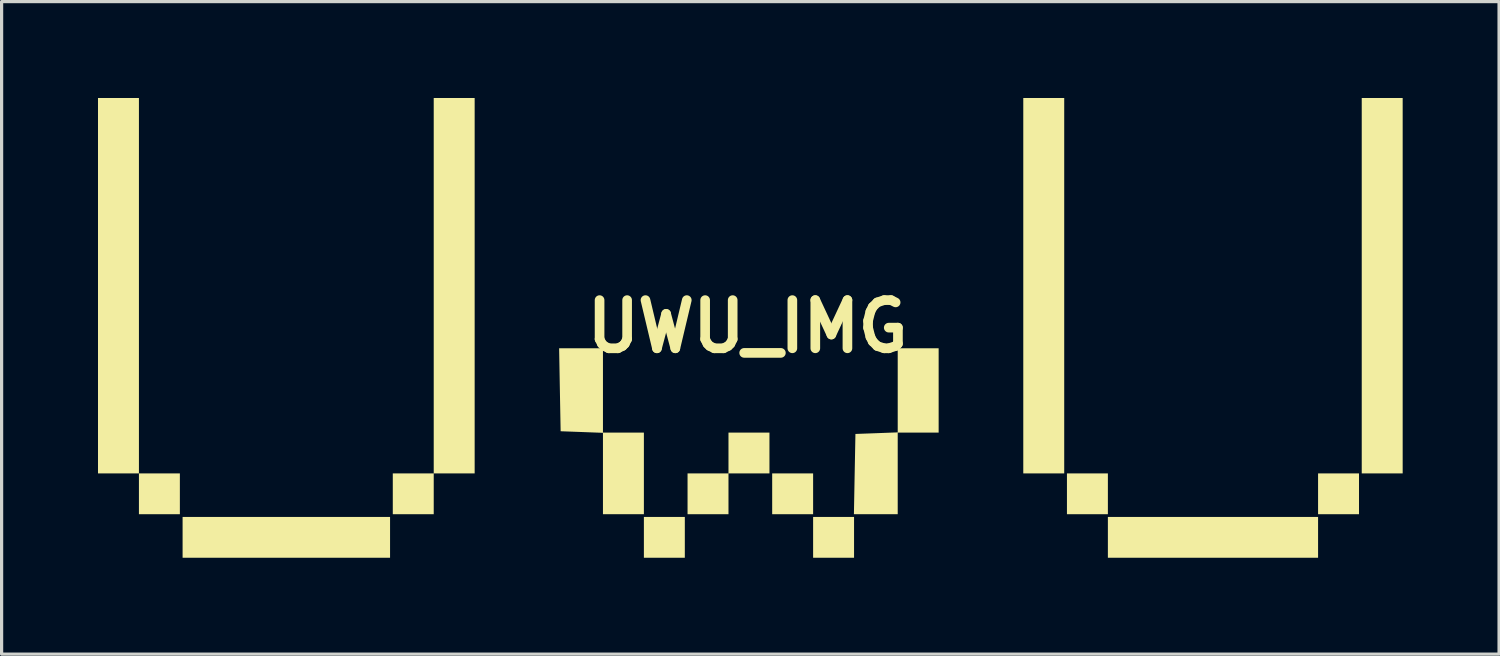
<source format=kicad_pcb>
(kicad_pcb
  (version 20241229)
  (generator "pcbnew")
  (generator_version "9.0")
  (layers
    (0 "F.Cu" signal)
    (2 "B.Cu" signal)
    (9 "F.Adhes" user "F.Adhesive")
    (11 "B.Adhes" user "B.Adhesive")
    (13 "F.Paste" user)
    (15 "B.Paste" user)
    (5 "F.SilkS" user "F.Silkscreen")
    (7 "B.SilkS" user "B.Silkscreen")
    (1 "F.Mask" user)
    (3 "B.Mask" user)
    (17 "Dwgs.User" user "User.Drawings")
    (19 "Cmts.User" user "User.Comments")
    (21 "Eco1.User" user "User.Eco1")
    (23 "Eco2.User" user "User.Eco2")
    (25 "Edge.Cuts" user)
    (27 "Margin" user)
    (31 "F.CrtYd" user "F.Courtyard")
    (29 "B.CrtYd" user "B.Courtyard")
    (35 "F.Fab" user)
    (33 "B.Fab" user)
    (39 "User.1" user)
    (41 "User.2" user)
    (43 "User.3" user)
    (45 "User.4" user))
  (footprint "UWU_IMG"
    (layer "F.Cu")
    (at 20.218 7.112)
    (property "Reference" "UWU_IMG" (at 0 0 0) (layer "F.SilkS") (effects (font (size 1.5 1.5) (thickness 0.3))))
    (attr board_only exclude_from_pos_files exclude_from_bom)
    (fp_poly (pts (xy -18.944 -1.27) (xy -18.944 4.572) (xy -19.581 4.572) (xy -20.218 4.572) (xy -20.218 -1.27) (xy -20.218 -7.112) (xy -19.581 -7.112) (xy -18.944 -7.112)) (stroke (width 0) (type solid)) (fill yes) (layer "F.SilkS"))
    (fp_poly (pts (xy -17.67 5.207) (xy -17.67 5.842) (xy -18.307 5.842) (xy -18.944 5.842) (xy -18.944 5.207) (xy -18.944 4.572) (xy -18.307 4.572) (xy -17.67 4.572)) (stroke (width 0) (type solid)) (fill yes) (layer "F.SilkS"))
    (fp_poly (pts (xy -11.128 6.562) (xy -11.128 7.197) (xy -14.357 7.197) (xy -17.585 7.197) (xy -17.585 6.562) (xy -17.585 5.927) (xy -14.357 5.927) (xy -11.128 5.927)) (stroke (width 0) (type solid)) (fill yes) (layer "F.SilkS"))
    (fp_poly (pts (xy -1.954 6.562) (xy -1.954 7.197) (xy -2.591 7.197) (xy -3.228 7.197) (xy -3.228 6.562) (xy -3.228 5.927) (xy -2.591 5.927) (xy -1.954 5.927)) (stroke (width 0) (type solid)) (fill yes) (layer "F.SilkS"))
    (fp_poly (pts (xy 2.039 5.207) (xy 2.039 5.842) (xy 1.402 5.842) (xy 0.765 5.842) (xy 0.765 5.207) (xy 0.765 4.572) (xy 1.402 4.572) (xy 2.039 4.572)) (stroke (width 0) (type solid)) (fill yes) (layer "F.SilkS"))
    (fp_poly (pts (xy 3.313 6.562) (xy 3.313 7.197) (xy 2.676 7.197) (xy 2.039 7.197) (xy 2.039 6.562) (xy 2.039 5.927) (xy 2.676 5.927) (xy 3.313 5.927)) (stroke (width 0) (type solid)) (fill yes) (layer "F.SilkS"))
    (fp_poly (pts (xy 9.854 -1.27) (xy 9.854 4.572) (xy 9.217 4.572) (xy 8.58 4.572) (xy 8.58 -1.27) (xy 8.58 -7.112) (xy 9.217 -7.112) (xy 9.854 -7.112)) (stroke (width 0) (type solid)) (fill yes) (layer "F.SilkS"))
    (fp_poly (pts (xy 11.213 5.207) (xy 11.213 5.842) (xy 10.576 5.842) (xy 9.939 5.842) (xy 9.939 5.207) (xy 9.939 4.572) (xy 10.576 4.572) (xy 11.213 4.572)) (stroke (width 0) (type solid)) (fill yes) (layer "F.SilkS"))
    (fp_poly (pts (xy 17.755 6.562) (xy 17.755 7.197) (xy 14.484 7.197) (xy 11.213 7.197) (xy 11.213 6.562) (xy 11.213 5.927) (xy 14.484 5.927) (xy 17.755 5.927)) (stroke (width 0) (type solid)) (fill yes) (layer "F.SilkS"))
    (fp_poly (pts (xy 19.029 5.207) (xy 19.029 5.842) (xy 18.392 5.842) (xy 17.755 5.842) (xy 17.755 5.207) (xy 17.755 4.572) (xy 18.392 4.572) (xy 19.029 4.572)) (stroke (width 0) (type solid)) (fill yes) (layer "F.SilkS"))
    (fp_poly (pts (xy 20.388 -1.27) (xy 20.388 4.572) (xy 19.751 4.572) (xy 19.114 4.572) (xy 19.114 -1.27) (xy 19.114 -7.112) (xy 19.751 -7.112) (xy 20.388 -7.112)) (stroke (width 0) (type solid)) (fill yes) (layer "F.SilkS"))
    (fp_poly (pts (xy -8.495 -1.27) (xy -8.495 4.572) (xy -9.132 4.572) (xy -9.769 4.572) (xy -9.769 5.207) (xy -9.769 5.842) (xy -10.406 5.842) (xy -11.043 5.842) (xy -11.043 5.207) (xy -11.043 4.572) (xy -10.406 4.572) (xy -9.769 4.572) (xy -9.769 -1.27) (xy -9.769 -7.112) (xy -9.132 -7.112) (xy -8.495 -7.112)) (stroke (width 0) (type solid)) (fill yes) (layer "F.SilkS"))
    (fp_poly (pts (xy -4.502 1.99) (xy -4.502 3.302) (xy -3.865 3.302) (xy -3.228 3.302) (xy -3.228 4.572) (xy -3.228 5.842) (xy -3.865 5.842) (xy -4.502 5.842) (xy -4.502 4.576) (xy -4.502 3.309) (xy -5.161 3.284) (xy -5.819 3.26) (xy -5.843 1.968) (xy -5.866 0.677) (xy -5.184 0.677) (xy -4.502 0.677)) (stroke (width 0) (type solid)) (fill yes) (layer "F.SilkS"))
    (fp_poly (pts (xy 0.68 3.937) (xy 0.68 4.572) (xy 0.042 4.572) (xy -0.595 4.572) (xy -0.595 5.207) (xy -0.595 5.842) (xy -1.232 5.842) (xy -1.869 5.842) (xy -1.869 5.207) (xy -1.869 4.572) (xy -1.232 4.572) (xy -0.595 4.572) (xy -0.595 3.937) (xy -0.595 3.302) (xy 0.042 3.302) (xy 0.68 3.302)) (stroke (width 0) (type solid)) (fill yes) (layer "F.SilkS"))
    (fp_poly (pts (xy 5.946 1.99) (xy 5.946 3.302) (xy 5.309 3.302) (xy 4.672 3.302) (xy 4.672 4.572) (xy 4.672 5.842) (xy 3.99 5.842) (xy 3.309 5.842) (xy 3.332 4.593) (xy 3.356 3.344) (xy 4.014 3.32) (xy 4.672 3.295) (xy 4.672 1.986) (xy 4.672 0.677) (xy 5.309 0.677) (xy 5.946 0.677)) (stroke (width 0) (type solid)) (fill yes) (layer "F.SilkS")))
  (gr_rect
    (start -3 -3)
    (end 43.606 17.309)
    (stroke (width 0.1) (type default))
    (fill no)
    (layer "Edge.Cuts")))
</source>
